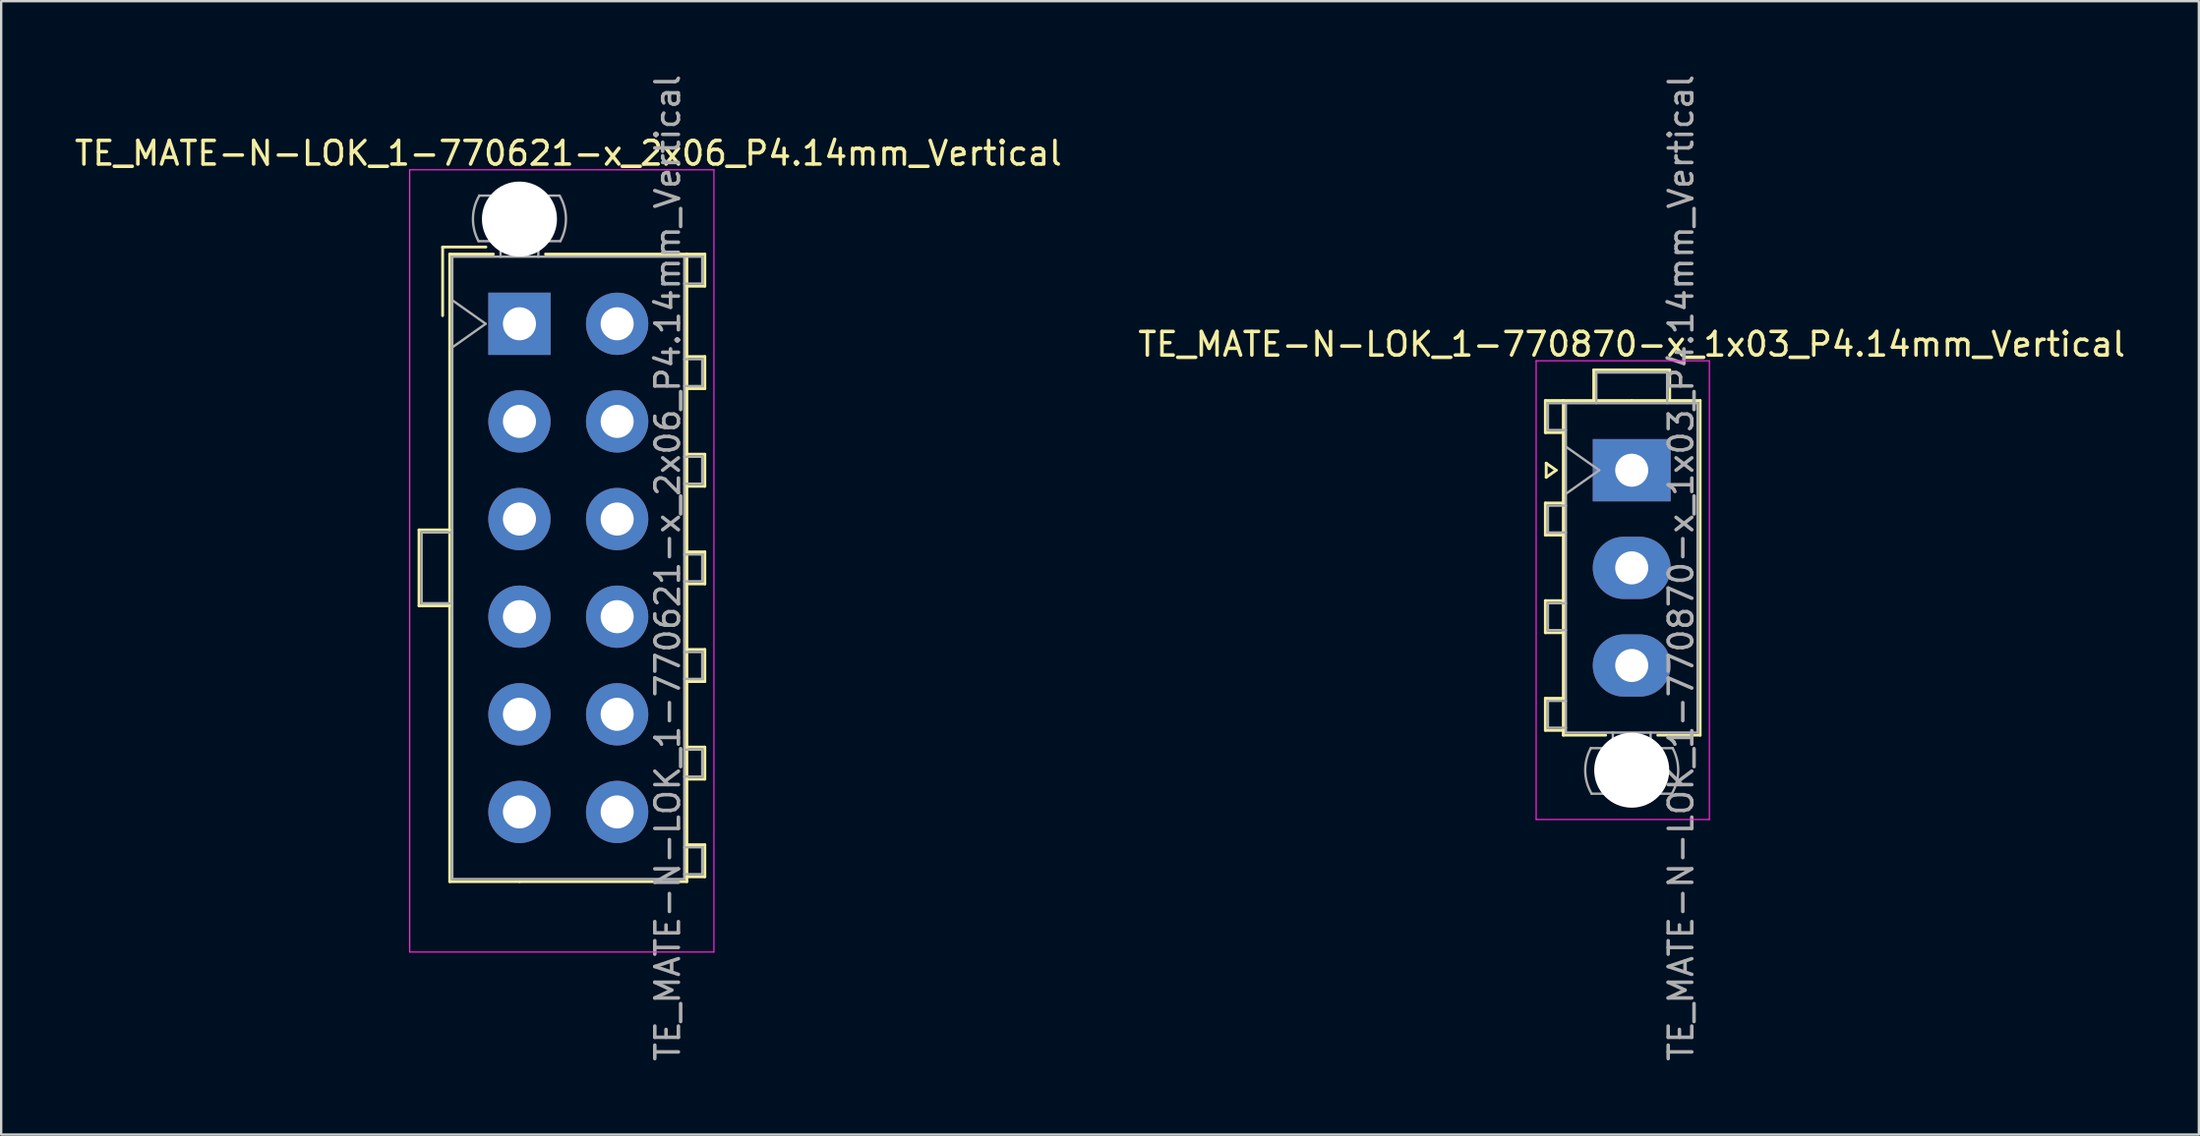
<source format=kicad_pcb>
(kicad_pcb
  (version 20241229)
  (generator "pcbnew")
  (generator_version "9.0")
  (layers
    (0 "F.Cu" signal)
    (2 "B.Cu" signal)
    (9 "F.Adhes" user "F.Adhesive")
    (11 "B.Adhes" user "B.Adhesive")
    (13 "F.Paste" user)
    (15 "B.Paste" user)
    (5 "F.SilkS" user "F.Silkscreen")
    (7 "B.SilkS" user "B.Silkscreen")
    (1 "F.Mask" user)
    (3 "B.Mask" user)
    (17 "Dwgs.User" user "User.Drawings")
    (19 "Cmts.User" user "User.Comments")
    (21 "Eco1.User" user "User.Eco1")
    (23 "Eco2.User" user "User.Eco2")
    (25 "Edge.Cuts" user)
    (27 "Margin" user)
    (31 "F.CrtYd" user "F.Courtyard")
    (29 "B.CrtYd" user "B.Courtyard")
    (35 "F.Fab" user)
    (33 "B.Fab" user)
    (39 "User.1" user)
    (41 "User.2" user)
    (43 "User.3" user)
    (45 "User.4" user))
  (footprint "TE_MATE-N-LOK_1-770870-x_1x03_P4.14mm_Vertical"
    (layer "F.Cu")
    (at 66.089 16.89)
    (property "Reference" "TE_MATE-N-LOK_1-770870-x_1x03_P4.14mm_Vertical" (at 0 -5.34 0) (layer "F.SilkS") (effects (font (size 1 1) (thickness 0.15))))
    (attr through_hole)
    (fp_line (start -3.66 -2.955) (end -3.66 -1.595) (stroke (width 0.12) (type solid)) (layer "F.SilkS"))
    (fp_line (start -3.66 -1.595) (end -2.9 -1.595) (stroke (width 0.12) (type solid)) (layer "F.SilkS"))
    (fp_line (start -3.66 1.39) (end -3.66 2.75) (stroke (width 0.12) (type solid)) (layer "F.SilkS"))
    (fp_line (start -3.66 2.75) (end -2.9 2.75) (stroke (width 0.12) (type solid)) (layer "F.SilkS"))
    (fp_line (start -3.66 5.53) (end -3.66 6.89) (stroke (width 0.12) (type solid)) (layer "F.SilkS"))
    (fp_line (start -3.66 6.89) (end -2.9 6.89) (stroke (width 0.12) (type solid)) (layer "F.SilkS"))
    (fp_line (start -3.66 9.67) (end -3.66 11.03) (stroke (width 0.12) (type solid)) (layer "F.SilkS"))
    (fp_line (start -3.66 11.03) (end -2.9 11.03) (stroke (width 0.12) (type solid)) (layer "F.SilkS"))
    (fp_line (start -3.624 -0.3) (end -3.2 0) (stroke (width 0.12) (type solid)) (layer "F.SilkS"))
    (fp_line (start -3.624 0.3) (end -3.624 -0.3) (stroke (width 0.12) (type solid)) (layer "F.SilkS"))
    (fp_line (start -3.2 0) (end -3.624 0.3) (stroke (width 0.12) (type solid)) (layer "F.SilkS"))
    (fp_line (start -2.9 -2.955) (end -3.66 -2.955) (stroke (width 0.12) (type solid)) (layer "F.SilkS"))
    (fp_line (start -2.9 -2.955) (end -2.9 11.235) (stroke (width 0.12) (type solid)) (layer "F.SilkS"))
    (fp_line (start -2.9 1.39) (end -3.66 1.39) (stroke (width 0.12) (type solid)) (layer "F.SilkS"))
    (fp_line (start -2.9 5.53) (end -3.66 5.53) (stroke (width 0.12) (type solid)) (layer "F.SilkS"))
    (fp_line (start -2.9 9.67) (end -3.66 9.67) (stroke (width 0.12) (type solid)) (layer "F.SilkS"))
    (fp_line (start -2.9 11.235) (end -1.103 11.235) (stroke (width 0.12) (type solid)) (layer "F.SilkS"))
    (fp_line (start -1.61 -4.255) (end 1.61 -4.255) (stroke (width 0.12) (type solid)) (layer "F.SilkS"))
    (fp_line (start -1.61 -2.955) (end -1.61 -4.255) (stroke (width 0.12) (type solid)) (layer "F.SilkS"))
    (fp_line (start 0 -2.955) (end -2.9 -2.955) (stroke (width 0.12) (type solid)) (layer "F.SilkS"))
    (fp_line (start 0 -2.955) (end 2.9 -2.955) (stroke (width 0.12) (type solid)) (layer "F.SilkS"))
    (fp_line (start 1.61 -4.255) (end 1.61 -2.955) (stroke (width 0.12) (type solid)) (layer "F.SilkS"))
    (fp_line (start 2.9 -2.955) (end 2.9 11.235) (stroke (width 0.12) (type solid)) (layer "F.SilkS"))
    (fp_line (start 2.9 11.235) (end 1.103 11.235) (stroke (width 0.12) (type solid)) (layer "F.SilkS"))
    (fp_line (start -4.05 -4.64) (end -4.05 14.81) (stroke (width 0.05) (type solid)) (layer "F.CrtYd"))
    (fp_line (start -4.05 14.81) (end 3.29 14.81) (stroke (width 0.05) (type solid)) (layer "F.CrtYd"))
    (fp_line (start 3.29 -4.64) (end -4.05 -4.64) (stroke (width 0.05) (type solid)) (layer "F.CrtYd"))
    (fp_line (start 3.29 14.81) (end 3.29 -4.64) (stroke (width 0.05) (type solid)) (layer "F.CrtYd"))
    (fp_line (start -3.55 -2.845) (end -3.55 -1.705) (stroke (width 0.1) (type solid)) (layer "F.Fab"))
    (fp_line (start -3.55 -1.705) (end -2.79 -1.705) (stroke (width 0.1) (type solid)) (layer "F.Fab"))
    (fp_line (start -3.55 1.5) (end -3.55 2.64) (stroke (width 0.1) (type solid)) (layer "F.Fab"))
    (fp_line (start -3.55 2.64) (end -2.79 2.64) (stroke (width 0.1) (type solid)) (layer "F.Fab"))
    (fp_line (start -3.55 5.64) (end -3.55 6.78) (stroke (width 0.1) (type solid)) (layer "F.Fab"))
    (fp_line (start -3.55 6.78) (end -2.79 6.78) (stroke (width 0.1) (type solid)) (layer "F.Fab"))
    (fp_line (start -3.55 9.78) (end -3.55 10.92) (stroke (width 0.1) (type solid)) (layer "F.Fab"))
    (fp_line (start -3.55 10.92) (end -2.79 10.92) (stroke (width 0.1) (type solid)) (layer "F.Fab"))
    (fp_line (start -2.79 -2.845) (end -3.55 -2.845) (stroke (width 0.1) (type solid)) (layer "F.Fab"))
    (fp_line (start -2.79 -2.845) (end -2.79 11.125) (stroke (width 0.1) (type solid)) (layer "F.Fab"))
    (fp_line (start -2.79 -1) (end -1.376 0) (stroke (width 0.1) (type solid)) (layer "F.Fab"))
    (fp_line (start -2.79 1.5) (end -3.55 1.5) (stroke (width 0.1) (type solid)) (layer "F.Fab"))
    (fp_line (start -2.79 5.64) (end -3.55 5.64) (stroke (width 0.1) (type solid)) (layer "F.Fab"))
    (fp_line (start -2.79 9.78) (end -3.55 9.78) (stroke (width 0.1) (type solid)) (layer "F.Fab"))
    (fp_line (start -2.79 11.125) (end 2.79 11.125) (stroke (width 0.1) (type solid)) (layer "F.Fab"))
    (fp_line (start -1.5 -4.145) (end 1.5 -4.145) (stroke (width 0.1) (type solid)) (layer "F.Fab"))
    (fp_line (start -1.5 -2.845) (end -1.5 -4.145) (stroke (width 0.1) (type solid)) (layer "F.Fab"))
    (fp_line (start -1.376 0) (end -2.79 1) (stroke (width 0.1) (type solid)) (layer "F.Fab"))
    (fp_line (start -0.8 11.125) (end -0.8 11.785) (stroke (width 0.1) (type solid)) (layer "F.Fab"))
    (fp_line (start 0.8 11.125) (end 0.8 11.785) (stroke (width 0.1) (type solid)) (layer "F.Fab"))
    (fp_line (start 1.5 -4.145) (end 1.5 -2.845) (stroke (width 0.1) (type solid)) (layer "F.Fab"))
    (fp_line (start 1.7 13.716) (end -1.7 13.716) (stroke (width 0.1) (type solid)) (layer "F.Fab"))
    (fp_line (start 1.734 11.785) (end -1.734 11.785) (stroke (width 0.1) (type solid)) (layer "F.Fab"))
    (fp_line (start 2.79 -2.845) (end -2.79 -2.845) (stroke (width 0.1) (type solid)) (layer "F.Fab"))
    (fp_line (start 2.79 11.125) (end 2.79 -2.845) (stroke (width 0.1) (type solid)) (layer "F.Fab"))
    (fp_arc (start -1.699672 13.716) (mid -1.969689 12.754992) (end -1.733977 11.785) (stroke (width 0.1) (type solid)) (layer "F.Fab"))
    (fp_arc (start 1.733977 11.785) (mid 1.96969 12.754992) (end 1.699672 13.716) (stroke (width 0.1) (type solid)) (layer "F.Fab"))
    (fp_text user "${REFERENCE}" (at 2.09 4.14 90) (layer "F.Fab") (effects (font (size 1 1) (thickness 0.15))))
    (pad "" np_thru_hole circle (at 0 12.72) (size 3.18 3.18) (drill 3.18) (layers "*.Cu" "*.Mask"))
    (pad "1" thru_hole rect (at 0 0) (size 3.3 2.64) (drill 1.4) (layers "*.Cu" "*.Mask"))
    (pad "2" thru_hole oval (at 0 4.14) (size 3.3 2.64) (drill 1.4) (layers "*.Cu" "*.Mask"))
    (pad "3" thru_hole oval (at 0 8.28) (size 3.3 2.64) (drill 1.4) (layers "*.Cu" "*.Mask")))
  (footprint "TE_MATE-N-LOK_1-770621-x_2x06_P4.14mm_Vertical"
    (layer "F.Cu")
    (at 18.96 10.68)
    (property "Reference" "TE_MATE-N-LOK_1-770621-x_2x06_P4.14mm_Vertical" (at 2.07 -7.23 0) (layer "F.SilkS") (effects (font (size 1 1) (thickness 0.15))))
    (attr through_hole)
    (fp_line (start -4.255 8.74) (end -4.255 11.96) (stroke (width 0.12) (type solid)) (layer "F.SilkS"))
    (fp_line (start -4.255 11.96) (end -2.955 11.96) (stroke (width 0.12) (type solid)) (layer "F.SilkS"))
    (fp_line (start -3.255 -3.255) (end -3.255 -0.345) (stroke (width 0.12) (type solid)) (layer "F.SilkS"))
    (fp_line (start -2.955 -2.955) (end -2.955 23.655) (stroke (width 0.12) (type solid)) (layer "F.SilkS"))
    (fp_line (start -2.955 8.74) (end -4.255 8.74) (stroke (width 0.12) (type solid)) (layer "F.SilkS"))
    (fp_line (start -2.955 23.655) (end 0 23.655) (stroke (width 0.12) (type solid)) (layer "F.SilkS"))
    (fp_line (start -1.421 -3.255) (end -3.255 -3.255) (stroke (width 0.12) (type solid)) (layer "F.SilkS"))
    (fp_line (start -1.103 -2.955) (end -2.955 -2.955) (stroke (width 0.12) (type solid)) (layer "F.SilkS"))
    (fp_line (start 1.103 -2.955) (end 7.095 -2.955) (stroke (width 0.12) (type solid)) (layer "F.SilkS"))
    (fp_line (start 7.095 -2.955) (end 7.095 23.655) (stroke (width 0.12) (type solid)) (layer "F.SilkS"))
    (fp_line (start 7.095 -2.955) (end 7.855 -2.955) (stroke (width 0.12) (type solid)) (layer "F.SilkS"))
    (fp_line (start 7.095 1.39) (end 7.855 1.39) (stroke (width 0.12) (type solid)) (layer "F.SilkS"))
    (fp_line (start 7.095 5.53) (end 7.855 5.53) (stroke (width 0.12) (type solid)) (layer "F.SilkS"))
    (fp_line (start 7.095 9.67) (end 7.855 9.67) (stroke (width 0.12) (type solid)) (layer "F.SilkS"))
    (fp_line (start 7.095 13.81) (end 7.855 13.81) (stroke (width 0.12) (type solid)) (layer "F.SilkS"))
    (fp_line (start 7.095 17.95) (end 7.855 17.95) (stroke (width 0.12) (type solid)) (layer "F.SilkS"))
    (fp_line (start 7.095 22.09) (end 7.855 22.09) (stroke (width 0.12) (type solid)) (layer "F.SilkS"))
    (fp_line (start 7.095 23.655) (end 0 23.655) (stroke (width 0.12) (type solid)) (layer "F.SilkS"))
    (fp_line (start 7.855 -2.955) (end 7.855 -1.595) (stroke (width 0.12) (type solid)) (layer "F.SilkS"))
    (fp_line (start 7.855 -1.595) (end 7.095 -1.595) (stroke (width 0.12) (type solid)) (layer "F.SilkS"))
    (fp_line (start 7.855 1.39) (end 7.855 2.75) (stroke (width 0.12) (type solid)) (layer "F.SilkS"))
    (fp_line (start 7.855 2.75) (end 7.095 2.75) (stroke (width 0.12) (type solid)) (layer "F.SilkS"))
    (fp_line (start 7.855 5.53) (end 7.855 6.89) (stroke (width 0.12) (type solid)) (layer "F.SilkS"))
    (fp_line (start 7.855 6.89) (end 7.095 6.89) (stroke (width 0.12) (type solid)) (layer "F.SilkS"))
    (fp_line (start 7.855 9.67) (end 7.855 11.03) (stroke (width 0.12) (type solid)) (layer "F.SilkS"))
    (fp_line (start 7.855 11.03) (end 7.095 11.03) (stroke (width 0.12) (type solid)) (layer "F.SilkS"))
    (fp_line (start 7.855 13.81) (end 7.855 15.17) (stroke (width 0.12) (type solid)) (layer "F.SilkS"))
    (fp_line (start 7.855 15.17) (end 7.095 15.17) (stroke (width 0.12) (type solid)) (layer "F.SilkS"))
    (fp_line (start 7.855 17.95) (end 7.855 19.31) (stroke (width 0.12) (type solid)) (layer "F.SilkS"))
    (fp_line (start 7.855 19.31) (end 7.095 19.31) (stroke (width 0.12) (type solid)) (layer "F.SilkS"))
    (fp_line (start 7.855 22.09) (end 7.855 23.45) (stroke (width 0.12) (type solid)) (layer "F.SilkS"))
    (fp_line (start 7.855 23.45) (end 7.095 23.45) (stroke (width 0.12) (type solid)) (layer "F.SilkS"))
    (fp_line (start -4.65 -6.53) (end -4.65 26.64) (stroke (width 0.05) (type solid)) (layer "F.CrtYd"))
    (fp_line (start -4.65 26.64) (end 8.24 26.64) (stroke (width 0.05) (type solid)) (layer "F.CrtYd"))
    (fp_line (start 8.24 -6.53) (end -4.65 -6.53) (stroke (width 0.05) (type solid)) (layer "F.CrtYd"))
    (fp_line (start 8.24 26.64) (end 8.24 -6.53) (stroke (width 0.05) (type solid)) (layer "F.CrtYd"))
    (fp_line (start -4.145 8.85) (end -4.145 11.85) (stroke (width 0.1) (type solid)) (layer "F.Fab"))
    (fp_line (start -4.145 11.85) (end -2.845 11.85) (stroke (width 0.1) (type solid)) (layer "F.Fab"))
    (fp_line (start -2.845 -2.845) (end -2.845 23.545) (stroke (width 0.1) (type solid)) (layer "F.Fab"))
    (fp_line (start -2.845 -1) (end -1.431 0) (stroke (width 0.1) (type solid)) (layer "F.Fab"))
    (fp_line (start -2.845 8.85) (end -4.145 8.85) (stroke (width 0.1) (type solid)) (layer "F.Fab"))
    (fp_line (start -2.845 23.545) (end 6.985 23.545) (stroke (width 0.1) (type solid)) (layer "F.Fab"))
    (fp_line (start -1.431 0) (end -2.845 1) (stroke (width 0.1) (type solid)) (layer "F.Fab"))
    (fp_line (start -0.8 -2.845) (end -0.8 -3.505) (stroke (width 0.1) (type solid)) (layer "F.Fab"))
    (fp_line (start 0.8 -2.845) (end 0.8 -3.505) (stroke (width 0.1) (type solid)) (layer "F.Fab"))
    (fp_line (start 1.7 -5.436) (end -1.7 -5.436) (stroke (width 0.1) (type solid)) (layer "F.Fab"))
    (fp_line (start 1.734 -3.505) (end -1.734 -3.505) (stroke (width 0.1) (type solid)) (layer "F.Fab"))
    (fp_line (start 6.985 -2.845) (end -2.845 -2.845) (stroke (width 0.1) (type solid)) (layer "F.Fab"))
    (fp_line (start 6.985 -2.845) (end 7.745 -2.845) (stroke (width 0.1) (type solid)) (layer "F.Fab"))
    (fp_line (start 6.985 1.5) (end 7.745 1.5) (stroke (width 0.1) (type solid)) (layer "F.Fab"))
    (fp_line (start 6.985 5.64) (end 7.745 5.64) (stroke (width 0.1) (type solid)) (layer "F.Fab"))
    (fp_line (start 6.985 9.78) (end 7.745 9.78) (stroke (width 0.1) (type solid)) (layer "F.Fab"))
    (fp_line (start 6.985 13.92) (end 7.745 13.92) (stroke (width 0.1) (type solid)) (layer "F.Fab"))
    (fp_line (start 6.985 18.06) (end 7.745 18.06) (stroke (width 0.1) (type solid)) (layer "F.Fab"))
    (fp_line (start 6.985 22.2) (end 7.745 22.2) (stroke (width 0.1) (type solid)) (layer "F.Fab"))
    (fp_line (start 6.985 23.545) (end 6.985 -2.845) (stroke (width 0.1) (type solid)) (layer "F.Fab"))
    (fp_line (start 7.745 -2.845) (end 7.745 -1.705) (stroke (width 0.1) (type solid)) (layer "F.Fab"))
    (fp_line (start 7.745 -1.705) (end 6.985 -1.705) (stroke (width 0.1) (type solid)) (layer "F.Fab"))
    (fp_line (start 7.745 1.5) (end 7.745 2.64) (stroke (width 0.1) (type solid)) (layer "F.Fab"))
    (fp_line (start 7.745 2.64) (end 6.985 2.64) (stroke (width 0.1) (type solid)) (layer "F.Fab"))
    (fp_line (start 7.745 5.64) (end 7.745 6.78) (stroke (width 0.1) (type solid)) (layer "F.Fab"))
    (fp_line (start 7.745 6.78) (end 6.985 6.78) (stroke (width 0.1) (type solid)) (layer "F.Fab"))
    (fp_line (start 7.745 9.78) (end 7.745 10.92) (stroke (width 0.1) (type solid)) (layer "F.Fab"))
    (fp_line (start 7.745 10.92) (end 6.985 10.92) (stroke (width 0.1) (type solid)) (layer "F.Fab"))
    (fp_line (start 7.745 13.92) (end 7.745 15.06) (stroke (width 0.1) (type solid)) (layer "F.Fab"))
    (fp_line (start 7.745 15.06) (end 6.985 15.06) (stroke (width 0.1) (type solid)) (layer "F.Fab"))
    (fp_line (start 7.745 18.06) (end 7.745 19.2) (stroke (width 0.1) (type solid)) (layer "F.Fab"))
    (fp_line (start 7.745 19.2) (end 6.985 19.2) (stroke (width 0.1) (type solid)) (layer "F.Fab"))
    (fp_line (start 7.745 22.2) (end 7.745 23.34) (stroke (width 0.1) (type solid)) (layer "F.Fab"))
    (fp_line (start 7.745 23.34) (end 6.985 23.34) (stroke (width 0.1) (type solid)) (layer "F.Fab"))
    (fp_arc (start -1.733977 -3.505) (mid -1.96969 -4.474992) (end -1.699672 -5.436) (stroke (width 0.1) (type solid)) (layer "F.Fab"))
    (fp_arc (start 1.699672 -5.436) (mid 1.969689 -4.474992) (end 1.733977 -3.505) (stroke (width 0.1) (type solid)) (layer "F.Fab"))
    (fp_text user "${REFERENCE}" (at 6.28 10.35 90) (layer "F.Fab") (effects (font (size 1 1) (thickness 0.15))))
    (pad "" np_thru_hole circle (at 0 -4.44) (size 3.18 3.18) (drill 3.18) (layers "*.Cu" "*.Mask"))
    (pad "1" thru_hole rect (at 0 0) (size 2.64 2.64) (drill 1.4) (layers "*.Cu" "*.Mask"))
    (pad "2" thru_hole circle (at 0 4.14) (size 2.64 2.64) (drill 1.4) (layers "*.Cu" "*.Mask"))
    (pad "3" thru_hole circle (at 0 8.28) (size 2.64 2.64) (drill 1.4) (layers "*.Cu" "*.Mask"))
    (pad "4" thru_hole circle (at 0 12.42) (size 2.64 2.64) (drill 1.4) (layers "*.Cu" "*.Mask"))
    (pad "5" thru_hole circle (at 0 16.56) (size 2.64 2.64) (drill 1.4) (layers "*.Cu" "*.Mask"))
    (pad "6" thru_hole circle (at 0 20.7) (size 2.64 2.64) (drill 1.4) (layers "*.Cu" "*.Mask"))
    (pad "7" thru_hole circle (at 4.14 0) (size 2.64 2.64) (drill 1.4) (layers "*.Cu" "*.Mask"))
    (pad "8" thru_hole circle (at 4.14 4.14) (size 2.64 2.64) (drill 1.4) (layers "*.Cu" "*.Mask"))
    (pad "9" thru_hole circle (at 4.14 8.28) (size 2.64 2.64) (drill 1.4) (layers "*.Cu" "*.Mask"))
    (pad "10" thru_hole circle (at 4.14 12.42) (size 2.64 2.64) (drill 1.4) (layers "*.Cu" "*.Mask"))
    (pad "11" thru_hole circle (at 4.14 16.56) (size 2.64 2.64) (drill 1.4) (layers "*.Cu" "*.Mask"))
    (pad "12" thru_hole circle (at 4.14 20.7) (size 2.64 2.64) (drill 1.4) (layers "*.Cu" "*.Mask")))
  (gr_rect
    (start -3 -3)
    (end 90.119 45.06)
    (stroke (width 0.1) (type default))
    (fill no)
    (layer "Edge.Cuts")))
</source>
